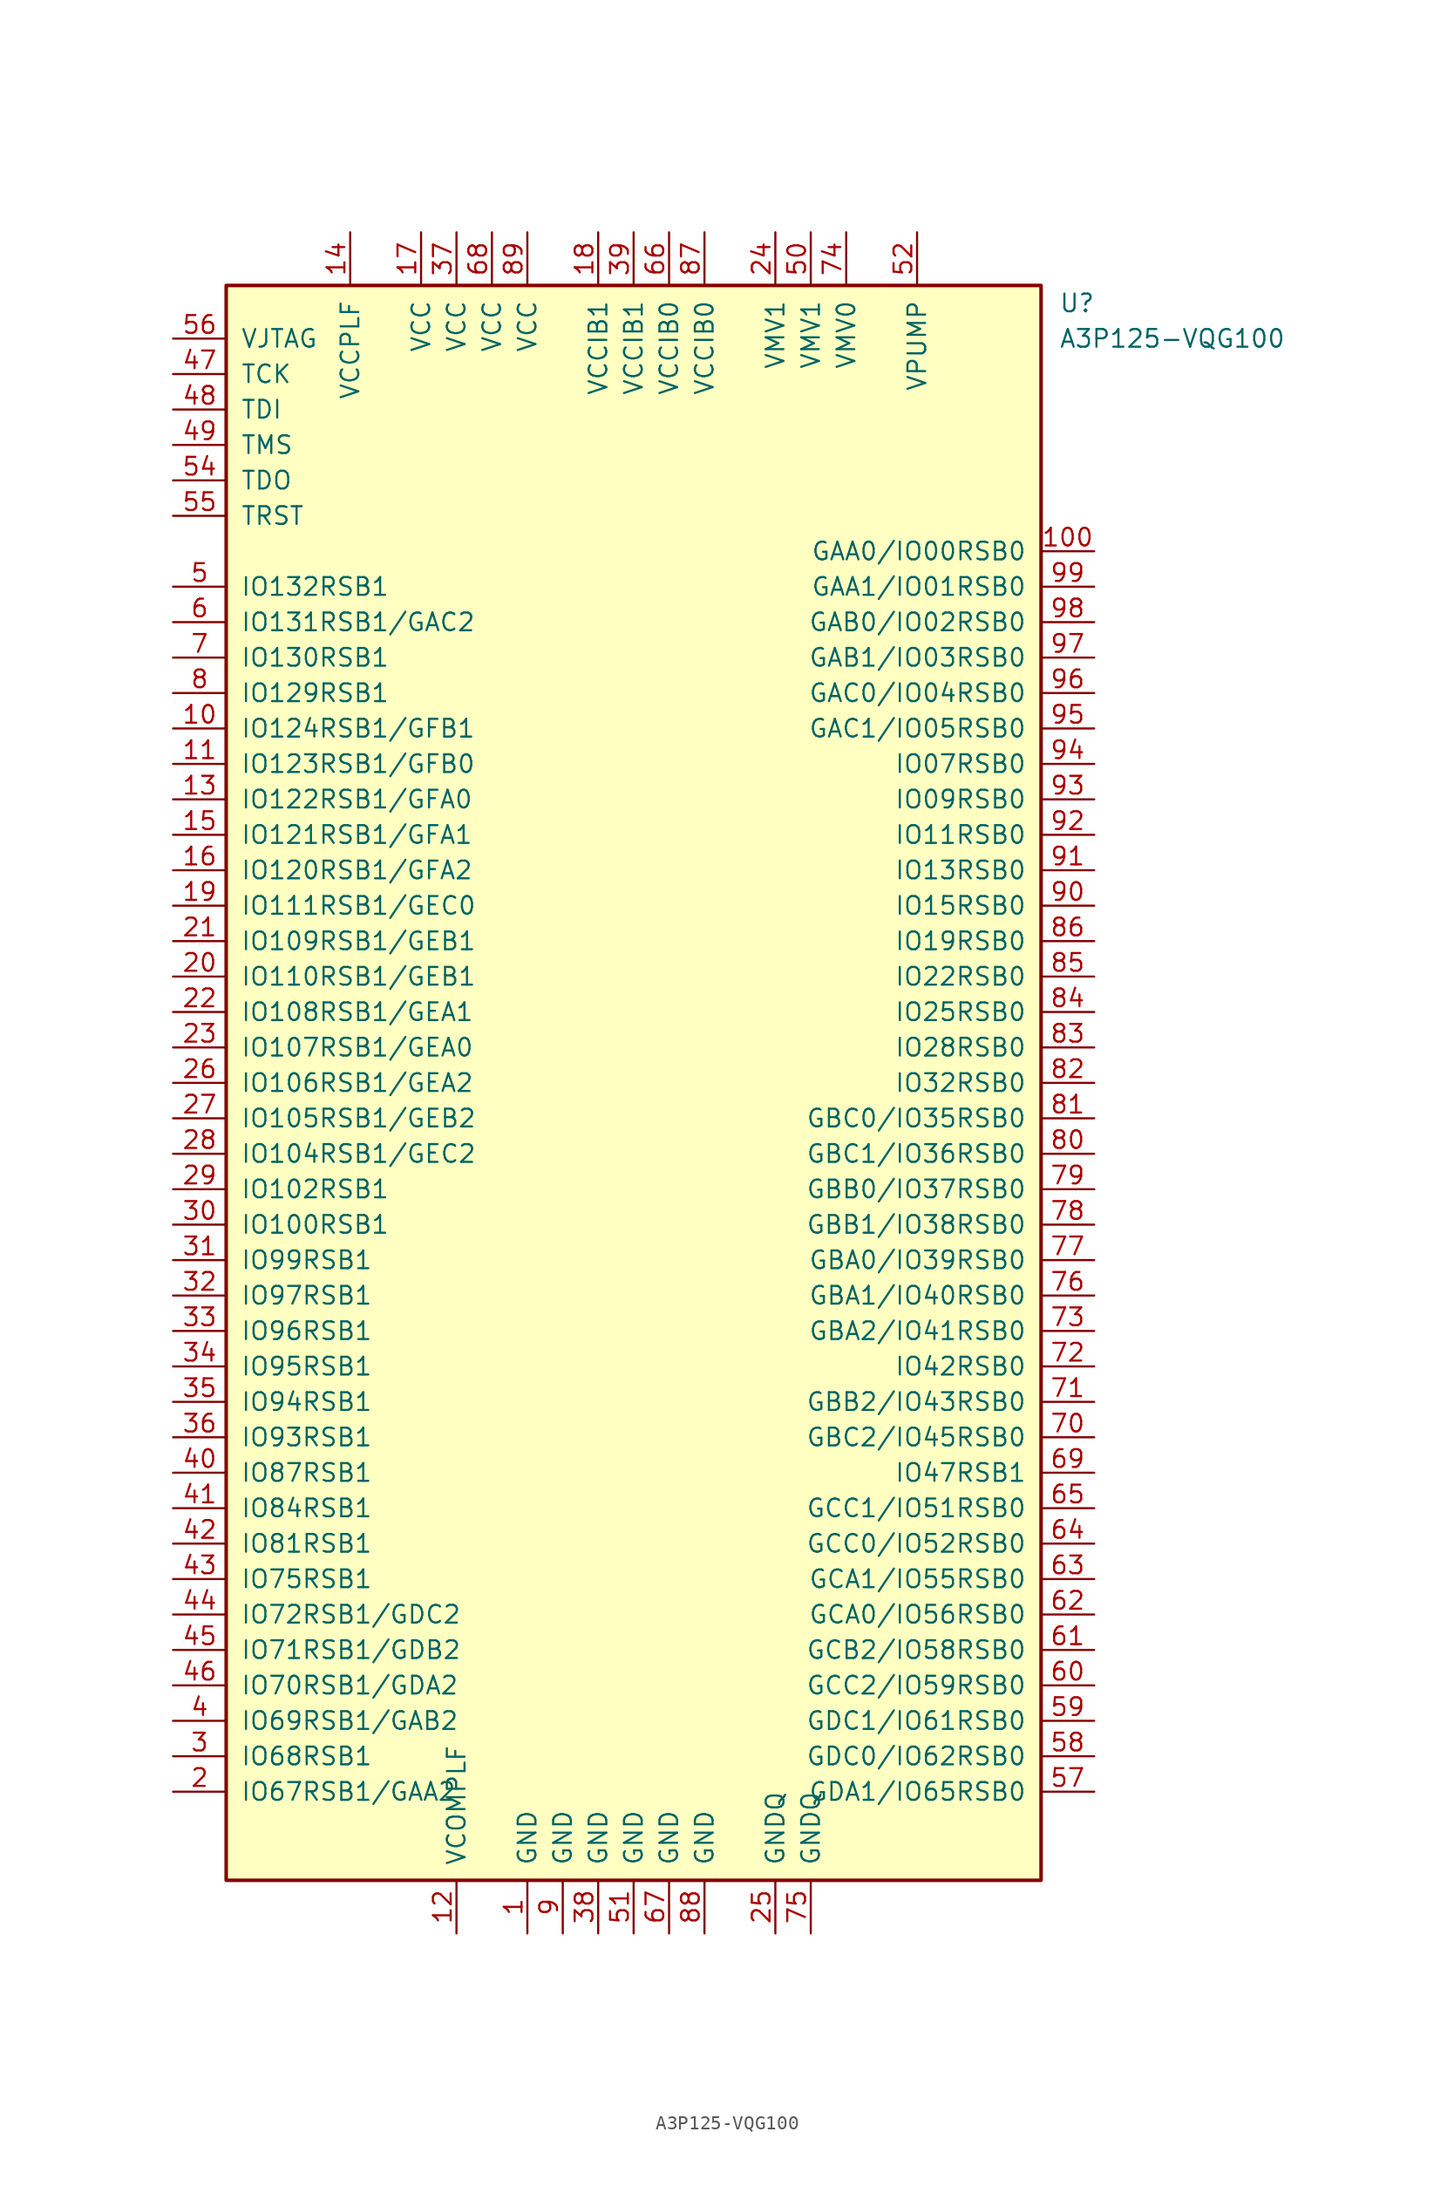
<source format=kicad_sym>
(kicad_symbol_lib
  (version 20201005)
  (generator kicad_symbol_editor)
  (symbol "A3P125-VQG100"
    (pin_names
      (offset 1.016))
    (property "Reference" "U"
      (at 30.48 55.88 0)
      (effects (font (size 1.27 1.27)) (justify left)))
    (property "Value" "A3P125-VQG100"
      (at 30.48 53.34 0)
      (effects (font (size 1.27 1.27)) (justify left)))
    (symbol "A3P125-VQG100_0_1"
      (rectangle (start -29.21 57.15) (end 29.21 -57.15) (stroke (width 0.254)) (fill (type background))))
    (symbol "A3P125-VQG100_1_1"
      (pin power_in line (at -7.62 -60.96 90) (length 3.81) (name "GND" (effects (font (size 1.27 1.27)))) (number "1" (effects (font (size 1.27 1.27)))))
      (pin bidirectional line (at -33.02 25.4 0) (length 3.81) (name "IO124RSB1/GFB1" (effects (font (size 1.27 1.27)))) (number "10" (effects (font (size 1.27 1.27)))))
      (pin bidirectional line (at 33.02 38.1 180) (length 3.81) (name "GAA0/IO00RSB0" (effects (font (size 1.27 1.27)))) (number "100" (effects (font (size 1.27 1.27)))))
      (pin bidirectional line (at -33.02 22.86 0) (length 3.81) (name "IO123RSB1/GFB0" (effects (font (size 1.27 1.27)))) (number "11" (effects (font (size 1.27 1.27)))))
      (pin power_in line (at -12.7 -60.96 90) (length 3.81) (name "VCOMPLF" (effects (font (size 1.27 1.27)))) (number "12" (effects (font (size 1.27 1.27)))))
      (pin bidirectional line (at -33.02 20.32 0) (length 3.81) (name "IO122RSB1/GFA0" (effects (font (size 1.27 1.27)))) (number "13" (effects (font (size 1.27 1.27)))))
      (pin power_in line (at -20.32 60.96 270) (length 3.81) (name "VCCPLF" (effects (font (size 1.27 1.27)))) (number "14" (effects (font (size 1.27 1.27)))))
      (pin bidirectional line (at -33.02 17.78 0) (length 3.81) (name "IO121RSB1/GFA1" (effects (font (size 1.27 1.27)))) (number "15" (effects (font (size 1.27 1.27)))))
      (pin bidirectional line (at -33.02 15.24 0) (length 3.81) (name "IO120RSB1/GFA2" (effects (font (size 1.27 1.27)))) (number "16" (effects (font (size 1.27 1.27)))))
      (pin power_in line (at -15.24 60.96 270) (length 3.81) (name "VCC" (effects (font (size 1.27 1.27)))) (number "17" (effects (font (size 1.27 1.27)))))
      (pin power_in line (at -2.54 60.96 270) (length 3.81) (name "VCCIB1" (effects (font (size 1.27 1.27)))) (number "18" (effects (font (size 1.27 1.27)))))
      (pin bidirectional line (at -33.02 12.7 0) (length 3.81) (name "IO111RSB1/GEC0" (effects (font (size 1.27 1.27)))) (number "19" (effects (font (size 1.27 1.27)))))
      (pin bidirectional line (at -33.02 -50.8 0) (length 3.81) (name "IO67RSB1/GAA2" (effects (font (size 1.27 1.27)))) (number "2" (effects (font (size 1.27 1.27)))))
      (pin bidirectional line (at -33.02 7.62 0) (length 3.81) (name "IO110RSB1/GEB1" (effects (font (size 1.27 1.27)))) (number "20" (effects (font (size 1.27 1.27)))))
      (pin bidirectional line (at -33.02 10.16 0) (length 3.81) (name "IO109RSB1/GEB1" (effects (font (size 1.27 1.27)))) (number "21" (effects (font (size 1.27 1.27)))))
      (pin bidirectional line (at -33.02 5.08 0) (length 3.81) (name "IO108RSB1/GEA1" (effects (font (size 1.27 1.27)))) (number "22" (effects (font (size 1.27 1.27)))))
      (pin bidirectional line (at -33.02 2.54 0) (length 3.81) (name "IO107RSB1/GEA0" (effects (font (size 1.27 1.27)))) (number "23" (effects (font (size 1.27 1.27)))))
      (pin power_in line (at 10.16 60.96 270) (length 3.81) (name "VMV1" (effects (font (size 1.27 1.27)))) (number "24" (effects (font (size 1.27 1.27)))))
      (pin power_in line (at 10.16 -60.96 90) (length 3.81) (name "GNDQ" (effects (font (size 1.27 1.27)))) (number "25" (effects (font (size 1.27 1.27)))))
      (pin bidirectional line (at -33.02 0 0) (length 3.81) (name "IO106RSB1/GEA2" (effects (font (size 1.27 1.27)))) (number "26" (effects (font (size 1.27 1.27)))))
      (pin bidirectional line (at -33.02 -2.54 0) (length 3.81) (name "IO105RSB1/GEB2" (effects (font (size 1.27 1.27)))) (number "27" (effects (font (size 1.27 1.27)))))
      (pin bidirectional line (at -33.02 -5.08 0) (length 3.81) (name "IO104RSB1/GEC2" (effects (font (size 1.27 1.27)))) (number "28" (effects (font (size 1.27 1.27)))))
      (pin bidirectional line (at -33.02 -7.62 0) (length 3.81) (name "IO102RSB1" (effects (font (size 1.27 1.27)))) (number "29" (effects (font (size 1.27 1.27)))))
      (pin bidirectional line (at -33.02 -48.26 0) (length 3.81) (name "IO68RSB1" (effects (font (size 1.27 1.27)))) (number "3" (effects (font (size 1.27 1.27)))))
      (pin bidirectional line (at -33.02 -10.16 0) (length 3.81) (name "IO100RSB1" (effects (font (size 1.27 1.27)))) (number "30" (effects (font (size 1.27 1.27)))))
      (pin bidirectional line (at -33.02 -12.7 0) (length 3.81) (name "IO99RSB1" (effects (font (size 1.27 1.27)))) (number "31" (effects (font (size 1.27 1.27)))))
      (pin bidirectional line (at -33.02 -15.24 0) (length 3.81) (name "IO97RSB1" (effects (font (size 1.27 1.27)))) (number "32" (effects (font (size 1.27 1.27)))))
      (pin bidirectional line (at -33.02 -17.78 0) (length 3.81) (name "IO96RSB1" (effects (font (size 1.27 1.27)))) (number "33" (effects (font (size 1.27 1.27)))))
      (pin bidirectional line (at -33.02 -20.32 0) (length 3.81) (name "IO95RSB1" (effects (font (size 1.27 1.27)))) (number "34" (effects (font (size 1.27 1.27)))))
      (pin bidirectional line (at -33.02 -22.86 0) (length 3.81) (name "IO94RSB1" (effects (font (size 1.27 1.27)))) (number "35" (effects (font (size 1.27 1.27)))))
      (pin bidirectional line (at -33.02 -25.4 0) (length 3.81) (name "IO93RSB1" (effects (font (size 1.27 1.27)))) (number "36" (effects (font (size 1.27 1.27)))))
      (pin power_in line (at -12.7 60.96 270) (length 3.81) (name "VCC" (effects (font (size 1.27 1.27)))) (number "37" (effects (font (size 1.27 1.27)))))
      (pin power_in line (at -2.54 -60.96 90) (length 3.81) (name "GND" (effects (font (size 1.27 1.27)))) (number "38" (effects (font (size 1.27 1.27)))))
      (pin power_in line (at 0 60.96 270) (length 3.81) (name "VCCIB1" (effects (font (size 1.27 1.27)))) (number "39" (effects (font (size 1.27 1.27)))))
      (pin bidirectional line (at -33.02 -45.72 0) (length 3.81) (name "IO69RSB1/GAB2" (effects (font (size 1.27 1.27)))) (number "4" (effects (font (size 1.27 1.27)))))
      (pin bidirectional line (at -33.02 -27.94 0) (length 3.81) (name "IO87RSB1" (effects (font (size 1.27 1.27)))) (number "40" (effects (font (size 1.27 1.27)))))
      (pin bidirectional line (at -33.02 -30.48 0) (length 3.81) (name "IO84RSB1" (effects (font (size 1.27 1.27)))) (number "41" (effects (font (size 1.27 1.27)))))
      (pin bidirectional line (at -33.02 -33.02 0) (length 3.81) (name "IO81RSB1" (effects (font (size 1.27 1.27)))) (number "42" (effects (font (size 1.27 1.27)))))
      (pin bidirectional line (at -33.02 -35.56 0) (length 3.81) (name "IO75RSB1" (effects (font (size 1.27 1.27)))) (number "43" (effects (font (size 1.27 1.27)))))
      (pin bidirectional line (at -33.02 -38.1 0) (length 3.81) (name "IO72RSB1/GDC2" (effects (font (size 1.27 1.27)))) (number "44" (effects (font (size 1.27 1.27)))))
      (pin bidirectional line (at -33.02 -40.64 0) (length 3.81) (name "IO71RSB1/GDB2" (effects (font (size 1.27 1.27)))) (number "45" (effects (font (size 1.27 1.27)))))
      (pin bidirectional line (at -33.02 -43.18 0) (length 3.81) (name "IO70RSB1/GDA2" (effects (font (size 1.27 1.27)))) (number "46" (effects (font (size 1.27 1.27)))))
      (pin bidirectional line (at -33.02 50.8 0) (length 3.81) (name "TCK" (effects (font (size 1.27 1.27)))) (number "47" (effects (font (size 1.27 1.27)))))
      (pin bidirectional line (at -33.02 48.26 0) (length 3.81) (name "TDI" (effects (font (size 1.27 1.27)))) (number "48" (effects (font (size 1.27 1.27)))))
      (pin bidirectional line (at -33.02 45.72 0) (length 3.81) (name "TMS" (effects (font (size 1.27 1.27)))) (number "49" (effects (font (size 1.27 1.27)))))
      (pin bidirectional line (at -33.02 35.56 0) (length 3.81) (name "IO132RSB1" (effects (font (size 1.27 1.27)))) (number "5" (effects (font (size 1.27 1.27)))))
      (pin power_in line (at 12.7 60.96 270) (length 3.81) (name "VMV1" (effects (font (size 1.27 1.27)))) (number "50" (effects (font (size 1.27 1.27)))))
      (pin power_in line (at 0 -60.96 90) (length 3.81) (name "GND" (effects (font (size 1.27 1.27)))) (number "51" (effects (font (size 1.27 1.27)))))
      (pin power_in line (at 20.32 60.96 270) (length 3.81) (name "VPUMP" (effects (font (size 1.27 1.27)))) (number "52" (effects (font (size 1.27 1.27)))))
      (pin bidirectional line (at -33.02 43.18 0) (length 3.81) (name "TDO" (effects (font (size 1.27 1.27)))) (number "54" (effects (font (size 1.27 1.27)))))
      (pin bidirectional line (at -33.02 40.64 0) (length 3.81) (name "TRST" (effects (font (size 1.27 1.27)))) (number "55" (effects (font (size 1.27 1.27)))))
      (pin bidirectional line (at -33.02 53.34 0) (length 3.81) (name "VJTAG" (effects (font (size 1.27 1.27)))) (number "56" (effects (font (size 1.27 1.27)))))
      (pin bidirectional line (at 33.02 -50.8 180) (length 3.81) (name "GDA1/IO65RSB0" (effects (font (size 1.27 1.27)))) (number "57" (effects (font (size 1.27 1.27)))))
      (pin bidirectional line (at 33.02 -48.26 180) (length 3.81) (name "GDC0/IO62RSB0" (effects (font (size 1.27 1.27)))) (number "58" (effects (font (size 1.27 1.27)))))
      (pin bidirectional line (at 33.02 -45.72 180) (length 3.81) (name "GDC1/IO61RSB0" (effects (font (size 1.27 1.27)))) (number "59" (effects (font (size 1.27 1.27)))))
      (pin bidirectional line (at -33.02 33.02 0) (length 3.81) (name "IO131RSB1/GAC2" (effects (font (size 1.27 1.27)))) (number "6" (effects (font (size 1.27 1.27)))))
      (pin bidirectional line (at 33.02 -43.18 180) (length 3.81) (name "GCC2/IO59RSB0" (effects (font (size 1.27 1.27)))) (number "60" (effects (font (size 1.27 1.27)))))
      (pin bidirectional line (at 33.02 -40.64 180) (length 3.81) (name "GCB2/IO58RSB0" (effects (font (size 1.27 1.27)))) (number "61" (effects (font (size 1.27 1.27)))))
      (pin bidirectional line (at 33.02 -38.1 180) (length 3.81) (name "GCA0/IO56RSB0" (effects (font (size 1.27 1.27)))) (number "62" (effects (font (size 1.27 1.27)))))
      (pin bidirectional line (at 33.02 -35.56 180) (length 3.81) (name "GCA1/IO55RSB0" (effects (font (size 1.27 1.27)))) (number "63" (effects (font (size 1.27 1.27)))))
      (pin bidirectional line (at 33.02 -33.02 180) (length 3.81) (name "GCC0/IO52RSB0" (effects (font (size 1.27 1.27)))) (number "64" (effects (font (size 1.27 1.27)))))
      (pin bidirectional line (at 33.02 -30.48 180) (length 3.81) (name "GCC1/IO51RSB0" (effects (font (size 1.27 1.27)))) (number "65" (effects (font (size 1.27 1.27)))))
      (pin power_in line (at 2.54 60.96 270) (length 3.81) (name "VCCIB0" (effects (font (size 1.27 1.27)))) (number "66" (effects (font (size 1.27 1.27)))))
      (pin power_in line (at 2.54 -60.96 90) (length 3.81) (name "GND" (effects (font (size 1.27 1.27)))) (number "67" (effects (font (size 1.27 1.27)))))
      (pin power_in line (at -10.16 60.96 270) (length 3.81) (name "VCC" (effects (font (size 1.27 1.27)))) (number "68" (effects (font (size 1.27 1.27)))))
      (pin bidirectional line (at 33.02 -27.94 180) (length 3.81) (name "IO47RSB1" (effects (font (size 1.27 1.27)))) (number "69" (effects (font (size 1.27 1.27)))))
      (pin input line (at -33.02 30.48 0) (length 3.81) (name "IO130RSB1" (effects (font (size 1.27 1.27)))) (number "7" (effects (font (size 1.27 1.27)))))
      (pin bidirectional line (at 33.02 -25.4 180) (length 3.81) (name "GBC2/IO45RSB0" (effects (font (size 1.27 1.27)))) (number "70" (effects (font (size 1.27 1.27)))))
      (pin bidirectional line (at 33.02 -22.86 180) (length 3.81) (name "GBB2/IO43RSB0" (effects (font (size 1.27 1.27)))) (number "71" (effects (font (size 1.27 1.27)))))
      (pin bidirectional line (at 33.02 -20.32 180) (length 3.81) (name "IO42RSB0" (effects (font (size 1.27 1.27)))) (number "72" (effects (font (size 1.27 1.27)))))
      (pin bidirectional line (at 33.02 -17.78 180) (length 3.81) (name "GBA2/IO41RSB0" (effects (font (size 1.27 1.27)))) (number "73" (effects (font (size 1.27 1.27)))))
      (pin power_in line (at 15.24 60.96 270) (length 3.81) (name "VMV0" (effects (font (size 1.27 1.27)))) (number "74" (effects (font (size 1.27 1.27)))))
      (pin power_in line (at 12.7 -60.96 90) (length 3.81) (name "GNDQ" (effects (font (size 1.27 1.27)))) (number "75" (effects (font (size 1.27 1.27)))))
      (pin bidirectional line (at 33.02 -15.24 180) (length 3.81) (name "GBA1/IO40RSB0" (effects (font (size 1.27 1.27)))) (number "76" (effects (font (size 1.27 1.27)))))
      (pin bidirectional line (at 33.02 -12.7 180) (length 3.81) (name "GBA0/IO39RSB0" (effects (font (size 1.27 1.27)))) (number "77" (effects (font (size 1.27 1.27)))))
      (pin bidirectional line (at 33.02 -10.16 180) (length 3.81) (name "GBB1/IO38RSB0" (effects (font (size 1.27 1.27)))) (number "78" (effects (font (size 1.27 1.27)))))
      (pin bidirectional line (at 33.02 -7.62 180) (length 3.81) (name "GBB0/IO37RSB0" (effects (font (size 1.27 1.27)))) (number "79" (effects (font (size 1.27 1.27)))))
      (pin bidirectional line (at -33.02 27.94 0) (length 3.81) (name "IO129RSB1" (effects (font (size 1.27 1.27)))) (number "8" (effects (font (size 1.27 1.27)))))
      (pin bidirectional line (at 33.02 -5.08 180) (length 3.81) (name "GBC1/IO36RSB0" (effects (font (size 1.27 1.27)))) (number "80" (effects (font (size 1.27 1.27)))))
      (pin bidirectional line (at 33.02 -2.54 180) (length 3.81) (name "GBC0/IO35RSB0" (effects (font (size 1.27 1.27)))) (number "81" (effects (font (size 1.27 1.27)))))
      (pin bidirectional line (at 33.02 0 180) (length 3.81) (name "IO32RSB0" (effects (font (size 1.27 1.27)))) (number "82" (effects (font (size 1.27 1.27)))))
      (pin bidirectional line (at 33.02 2.54 180) (length 3.81) (name "IO28RSB0" (effects (font (size 1.27 1.27)))) (number "83" (effects (font (size 1.27 1.27)))))
      (pin bidirectional line (at 33.02 5.08 180) (length 3.81) (name "IO25RSB0" (effects (font (size 1.27 1.27)))) (number "84" (effects (font (size 1.27 1.27)))))
      (pin bidirectional line (at 33.02 7.62 180) (length 3.81) (name "IO22RSB0" (effects (font (size 1.27 1.27)))) (number "85" (effects (font (size 1.27 1.27)))))
      (pin bidirectional line (at 33.02 10.16 180) (length 3.81) (name "IO19RSB0" (effects (font (size 1.27 1.27)))) (number "86" (effects (font (size 1.27 1.27)))))
      (pin power_in line (at 5.08 60.96 270) (length 3.81) (name "VCCIB0" (effects (font (size 1.27 1.27)))) (number "87" (effects (font (size 1.27 1.27)))))
      (pin power_in line (at 5.08 -60.96 90) (length 3.81) (name "GND" (effects (font (size 1.27 1.27)))) (number "88" (effects (font (size 1.27 1.27)))))
      (pin power_in line (at -7.62 60.96 270) (length 3.81) (name "VCC" (effects (font (size 1.27 1.27)))) (number "89" (effects (font (size 1.27 1.27)))))
      (pin power_in line (at -5.08 -60.96 90) (length 3.81) (name "GND" (effects (font (size 1.27 1.27)))) (number "9" (effects (font (size 1.27 1.27)))))
      (pin input line (at 33.02 12.7 180) (length 3.81) (name "IO15RSB0" (effects (font (size 1.27 1.27)))) (number "90" (effects (font (size 1.27 1.27)))))
      (pin bidirectional line (at 33.02 15.24 180) (length 3.81) (name "IO13RSB0" (effects (font (size 1.27 1.27)))) (number "91" (effects (font (size 1.27 1.27)))))
      (pin bidirectional line (at 33.02 17.78 180) (length 3.81) (name "IO11RSB0" (effects (font (size 1.27 1.27)))) (number "92" (effects (font (size 1.27 1.27)))))
      (pin bidirectional line (at 33.02 20.32 180) (length 3.81) (name "IO09RSB0" (effects (font (size 1.27 1.27)))) (number "93" (effects (font (size 1.27 1.27)))))
      (pin bidirectional line (at 33.02 22.86 180) (length 3.81) (name "IO07RSB0" (effects (font (size 1.27 1.27)))) (number "94" (effects (font (size 1.27 1.27)))))
      (pin bidirectional line (at 33.02 25.4 180) (length 3.81) (name "GAC1/IO05RSB0" (effects (font (size 1.27 1.27)))) (number "95" (effects (font (size 1.27 1.27)))))
      (pin bidirectional line (at 33.02 27.94 180) (length 3.81) (name "GAC0/IO04RSB0" (effects (font (size 1.27 1.27)))) (number "96" (effects (font (size 1.27 1.27)))))
      (pin bidirectional line (at 33.02 30.48 180) (length 3.81) (name "GAB1/IO03RSB0" (effects (font (size 1.27 1.27)))) (number "97" (effects (font (size 1.27 1.27)))))
      (pin bidirectional line (at 33.02 33.02 180) (length 3.81) (name "GAB0/IO02RSB0" (effects (font (size 1.27 1.27)))) (number "98" (effects (font (size 1.27 1.27)))))
      (pin bidirectional line (at 33.02 35.56 180) (length 3.81) (name "GAA1/IO01RSB0" (effects (font (size 1.27 1.27)))) (number "99" (effects (font (size 1.27 1.27))))))))
</source>
